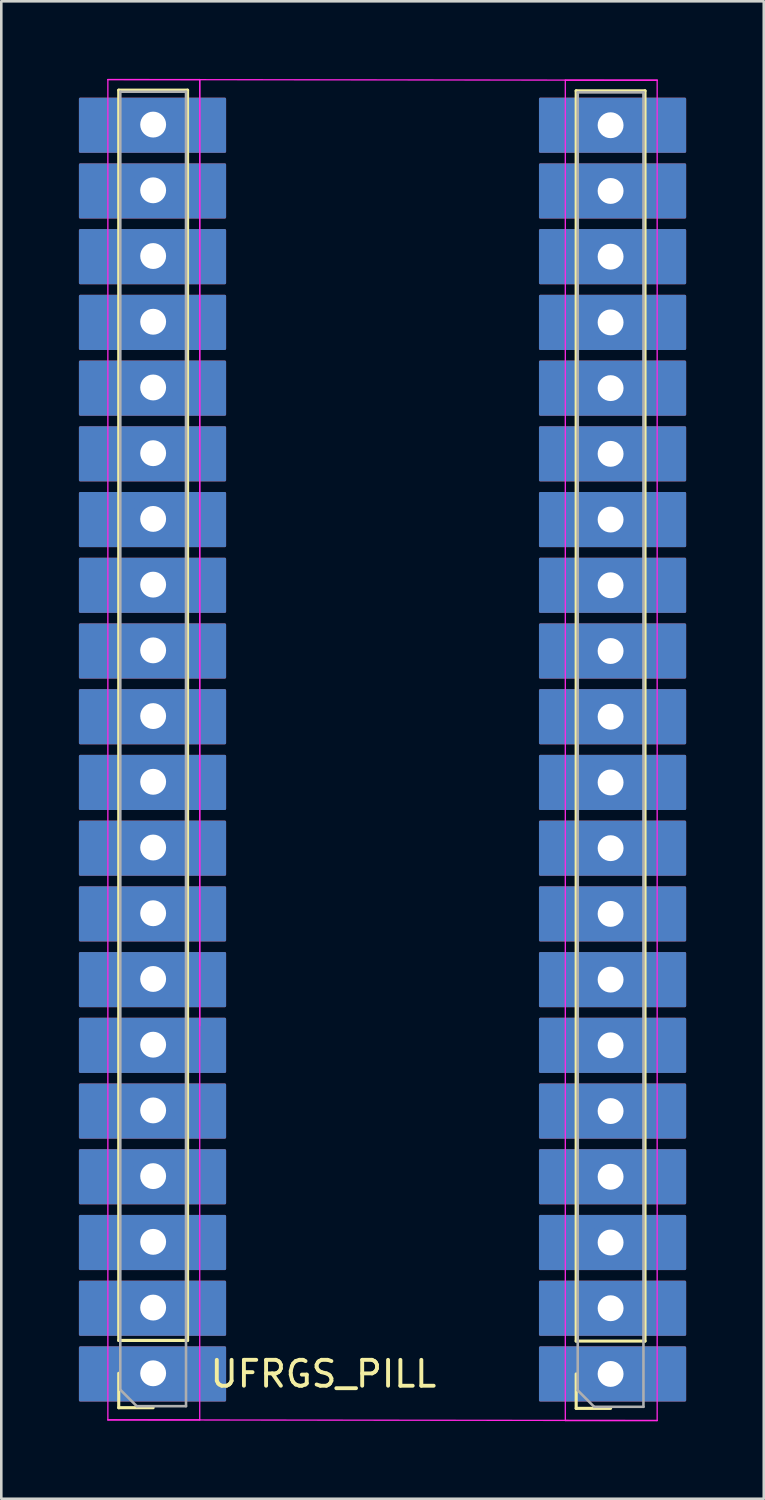
<source format=kicad_pcb>
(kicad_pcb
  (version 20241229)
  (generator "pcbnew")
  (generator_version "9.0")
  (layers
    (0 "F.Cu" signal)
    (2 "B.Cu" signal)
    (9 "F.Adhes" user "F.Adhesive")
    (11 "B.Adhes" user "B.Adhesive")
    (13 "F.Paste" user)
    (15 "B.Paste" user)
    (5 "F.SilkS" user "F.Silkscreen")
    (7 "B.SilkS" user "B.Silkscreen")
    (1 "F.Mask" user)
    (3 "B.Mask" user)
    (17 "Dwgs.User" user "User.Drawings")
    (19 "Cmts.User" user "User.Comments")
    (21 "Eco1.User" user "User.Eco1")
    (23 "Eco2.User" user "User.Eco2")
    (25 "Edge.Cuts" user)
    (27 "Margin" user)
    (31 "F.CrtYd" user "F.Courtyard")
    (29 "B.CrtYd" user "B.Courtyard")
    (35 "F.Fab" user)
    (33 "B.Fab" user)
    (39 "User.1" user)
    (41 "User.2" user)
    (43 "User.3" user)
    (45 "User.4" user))
  (footprint "UFRGS_PILL"
    (layer "F.Cu")
    (at 2.844 50.05)
    (property "Reference" "UFRGS_PILL" (at 6.604 0 0) (layer "F.SilkS") (effects (font (size 1 1) (thickness 0.15))))
    (attr through_hole)
    (fp_poly (pts (xy 2.794 -47.244) (xy -2.794 -47.244) (xy -2.794 -49.276) (xy 2.794 -49.276)) (stroke (width 0.1) (type solid)) (fill yes) (layer "F.Cu"))
    (fp_poly (pts (xy 2.794 -44.704) (xy -2.794 -44.704) (xy -2.794 -46.736) (xy 2.794 -46.736)) (stroke (width 0.1) (type solid)) (fill yes) (layer "F.Cu"))
    (fp_poly (pts (xy 2.794 -42.164) (xy -2.794 -42.164) (xy -2.794 -44.196) (xy 2.794 -44.196)) (stroke (width 0.1) (type solid)) (fill yes) (layer "F.Cu"))
    (fp_poly (pts (xy 2.794 -39.624) (xy -2.794 -39.624) (xy -2.794 -41.656) (xy 2.794 -41.656)) (stroke (width 0.1) (type solid)) (fill yes) (layer "F.Cu"))
    (fp_poly (pts (xy 2.794 -37.084) (xy -2.794 -37.084) (xy -2.794 -39.116) (xy 2.794 -39.116)) (stroke (width 0.1) (type solid)) (fill yes) (layer "F.Cu"))
    (fp_poly (pts (xy 2.794 -34.544) (xy -2.794 -34.544) (xy -2.794 -36.576) (xy 2.794 -36.576)) (stroke (width 0.1) (type solid)) (fill yes) (layer "F.Cu"))
    (fp_poly (pts (xy 2.794 -32.004) (xy -2.794 -32.004) (xy -2.794 -34.036) (xy 2.794 -34.036)) (stroke (width 0.1) (type solid)) (fill yes) (layer "F.Cu"))
    (fp_poly (pts (xy 2.794 -29.464) (xy -2.794 -29.464) (xy -2.794 -31.496) (xy 2.794 -31.496)) (stroke (width 0.1) (type solid)) (fill yes) (layer "F.Cu"))
    (fp_poly (pts (xy 2.794 -26.924) (xy -2.794 -26.924) (xy -2.794 -28.956) (xy 2.794 -28.956)) (stroke (width 0.1) (type solid)) (fill yes) (layer "F.Cu"))
    (fp_poly (pts (xy 2.794 -24.384) (xy -2.794 -24.384) (xy -2.794 -26.416) (xy 2.794 -26.416)) (stroke (width 0.1) (type solid)) (fill yes) (layer "F.Cu"))
    (fp_poly (pts (xy 2.794 -21.844) (xy -2.794 -21.844) (xy -2.794 -23.876) (xy 2.794 -23.876)) (stroke (width 0.1) (type solid)) (fill yes) (layer "F.Cu"))
    (fp_poly (pts (xy 2.794 -19.304) (xy -2.794 -19.304) (xy -2.794 -21.336) (xy 2.794 -21.336)) (stroke (width 0.1) (type solid)) (fill yes) (layer "F.Cu"))
    (fp_poly (pts (xy 2.794 -16.764) (xy -2.794 -16.764) (xy -2.794 -18.796) (xy 2.794 -18.796)) (stroke (width 0.1) (type solid)) (fill yes) (layer "F.Cu"))
    (fp_poly (pts (xy 2.794 -14.224) (xy -2.794 -14.224) (xy -2.794 -16.256) (xy 2.794 -16.256)) (stroke (width 0.1) (type solid)) (fill yes) (layer "F.Cu"))
    (fp_poly (pts (xy 2.794 -11.684) (xy -2.794 -11.684) (xy -2.794 -13.716) (xy 2.794 -13.716)) (stroke (width 0.1) (type solid)) (fill yes) (layer "F.Cu"))
    (fp_poly (pts (xy 2.794 -9.144) (xy -2.794 -9.144) (xy -2.794 -11.176) (xy 2.794 -11.176)) (stroke (width 0.1) (type solid)) (fill yes) (layer "F.Cu"))
    (fp_poly (pts (xy 2.794 -6.604) (xy -2.794 -6.604) (xy -2.794 -8.636) (xy 2.794 -8.636)) (stroke (width 0.1) (type solid)) (fill yes) (layer "F.Cu"))
    (fp_poly (pts (xy 2.794 -4.064) (xy -2.794 -4.064) (xy -2.794 -6.096) (xy 2.794 -6.096)) (stroke (width 0.1) (type solid)) (fill yes) (layer "F.Cu"))
    (fp_poly (pts (xy 2.794 -1.524) (xy -2.794 -1.524) (xy -2.794 -3.556) (xy 2.794 -3.556)) (stroke (width 0.1) (type solid)) (fill yes) (layer "F.Cu"))
    (fp_poly (pts (xy 2.794 1.016) (xy -2.794 1.016) (xy -2.794 -1.016) (xy 2.794 -1.016)) (stroke (width 0.1) (type solid)) (fill yes) (layer "F.Cu"))
    (fp_poly (pts (xy 20.574 -47.244) (xy 14.986 -47.244) (xy 14.986 -49.276) (xy 20.574 -49.276)) (stroke (width 0.1) (type solid)) (fill yes) (layer "F.Cu"))
    (fp_poly (pts (xy 20.574 -44.704) (xy 14.986 -44.704) (xy 14.986 -46.736) (xy 20.574 -46.736)) (stroke (width 0.1) (type solid)) (fill yes) (layer "F.Cu"))
    (fp_poly (pts (xy 20.574 -42.164) (xy 14.986 -42.164) (xy 14.986 -44.196) (xy 20.574 -44.196)) (stroke (width 0.1) (type solid)) (fill yes) (layer "F.Cu"))
    (fp_poly (pts (xy 20.574 -39.624) (xy 14.986 -39.624) (xy 14.986 -41.656) (xy 20.574 -41.656)) (stroke (width 0.1) (type solid)) (fill yes) (layer "F.Cu"))
    (fp_poly (pts (xy 20.574 -37.084) (xy 14.986 -37.084) (xy 14.986 -39.116) (xy 20.574 -39.116)) (stroke (width 0.1) (type solid)) (fill yes) (layer "F.Cu"))
    (fp_poly (pts (xy 20.574 -34.544) (xy 14.986 -34.544) (xy 14.986 -36.576) (xy 20.574 -36.576)) (stroke (width 0.1) (type solid)) (fill yes) (layer "F.Cu"))
    (fp_poly (pts (xy 20.574 -32.004) (xy 14.986 -32.004) (xy 14.986 -34.036) (xy 20.574 -34.036)) (stroke (width 0.1) (type solid)) (fill yes) (layer "F.Cu"))
    (fp_poly (pts (xy 20.574 -29.464) (xy 14.986 -29.464) (xy 14.986 -31.496) (xy 20.574 -31.496)) (stroke (width 0.1) (type solid)) (fill yes) (layer "F.Cu"))
    (fp_poly (pts (xy 20.574 -26.924) (xy 14.986 -26.924) (xy 14.986 -28.956) (xy 20.574 -28.956)) (stroke (width 0.1) (type solid)) (fill yes) (layer "F.Cu"))
    (fp_poly (pts (xy 20.574 -24.384) (xy 14.986 -24.384) (xy 14.986 -26.416) (xy 20.574 -26.416)) (stroke (width 0.1) (type solid)) (fill yes) (layer "F.Cu"))
    (fp_poly (pts (xy 20.574 -21.844) (xy 14.986 -21.844) (xy 14.986 -23.876) (xy 20.574 -23.876)) (stroke (width 0.1) (type solid)) (fill yes) (layer "F.Cu"))
    (fp_poly (pts (xy 20.574 -19.304) (xy 14.986 -19.304) (xy 14.986 -21.336) (xy 20.574 -21.336)) (stroke (width 0.1) (type solid)) (fill yes) (layer "F.Cu"))
    (fp_poly (pts (xy 20.574 -16.764) (xy 14.986 -16.764) (xy 14.986 -18.796) (xy 20.574 -18.796)) (stroke (width 0.1) (type solid)) (fill yes) (layer "F.Cu"))
    (fp_poly (pts (xy 20.574 -14.224) (xy 14.986 -14.224) (xy 14.986 -16.256) (xy 20.574 -16.256)) (stroke (width 0.1) (type solid)) (fill yes) (layer "F.Cu"))
    (fp_poly (pts (xy 20.574 -11.684) (xy 14.986 -11.684) (xy 14.986 -13.716) (xy 20.574 -13.716)) (stroke (width 0.1) (type solid)) (fill yes) (layer "F.Cu"))
    (fp_poly (pts (xy 20.574 -9.144) (xy 14.986 -9.144) (xy 14.986 -11.176) (xy 20.574 -11.176)) (stroke (width 0.1) (type solid)) (fill yes) (layer "F.Cu"))
    (fp_poly (pts (xy 20.574 -6.604) (xy 14.986 -6.604) (xy 14.986 -8.636) (xy 20.574 -8.636)) (stroke (width 0.1) (type solid)) (fill yes) (layer "F.Cu"))
    (fp_poly (pts (xy 20.574 -4.064) (xy 14.986 -4.064) (xy 14.986 -6.096) (xy 20.574 -6.096)) (stroke (width 0.1) (type solid)) (fill yes) (layer "F.Cu"))
    (fp_poly (pts (xy 20.574 -1.524) (xy 14.986 -1.524) (xy 14.986 -3.556) (xy 20.574 -3.556)) (stroke (width 0.1) (type solid)) (fill yes) (layer "F.Cu"))
    (fp_poly (pts (xy 20.574 1.016) (xy 14.986 1.016) (xy 14.986 -1.016) (xy 20.574 -1.016)) (stroke (width 0.1) (type solid)) (fill yes) (layer "F.Cu"))
    (fp_poly (pts (xy 2.794 -47.244) (xy -2.794 -47.244) (xy -2.794 -49.276) (xy 2.794 -49.276)) (stroke (width 0.1) (type solid)) (fill yes) (layer "B.Cu"))
    (fp_poly (pts (xy 2.794 -44.704) (xy -2.794 -44.704) (xy -2.794 -46.736) (xy 2.794 -46.736)) (stroke (width 0.1) (type solid)) (fill yes) (layer "B.Cu"))
    (fp_poly (pts (xy 2.794 -42.164) (xy -2.794 -42.164) (xy -2.794 -44.196) (xy 2.794 -44.196)) (stroke (width 0.1) (type solid)) (fill yes) (layer "B.Cu"))
    (fp_poly (pts (xy 2.794 -39.624) (xy -2.794 -39.624) (xy -2.794 -41.656) (xy 2.794 -41.656)) (stroke (width 0.1) (type solid)) (fill yes) (layer "B.Cu"))
    (fp_poly (pts (xy 2.794 -37.084) (xy -2.794 -37.084) (xy -2.794 -39.116) (xy 2.794 -39.116)) (stroke (width 0.1) (type solid)) (fill yes) (layer "B.Cu"))
    (fp_poly (pts (xy 2.794 -34.544) (xy -2.794 -34.544) (xy -2.794 -36.576) (xy 2.794 -36.576)) (stroke (width 0.1) (type solid)) (fill yes) (layer "B.Cu"))
    (fp_poly (pts (xy 2.794 -32.004) (xy -2.794 -32.004) (xy -2.794 -34.036) (xy 2.794 -34.036)) (stroke (width 0.1) (type solid)) (fill yes) (layer "B.Cu"))
    (fp_poly (pts (xy 2.794 -29.464) (xy -2.794 -29.464) (xy -2.794 -31.496) (xy 2.794 -31.496)) (stroke (width 0.1) (type solid)) (fill yes) (layer "B.Cu"))
    (fp_poly (pts (xy 2.794 -26.924) (xy -2.794 -26.924) (xy -2.794 -28.956) (xy 2.794 -28.956)) (stroke (width 0.1) (type solid)) (fill yes) (layer "B.Cu"))
    (fp_poly (pts (xy 2.794 -24.384) (xy -2.794 -24.384) (xy -2.794 -26.416) (xy 2.794 -26.416)) (stroke (width 0.1) (type solid)) (fill yes) (layer "B.Cu"))
    (fp_poly (pts (xy 2.794 -21.844) (xy -2.794 -21.844) (xy -2.794 -23.876) (xy 2.794 -23.876)) (stroke (width 0.1) (type solid)) (fill yes) (layer "B.Cu"))
    (fp_poly (pts (xy 2.794 -19.304) (xy -2.794 -19.304) (xy -2.794 -21.336) (xy 2.794 -21.336)) (stroke (width 0.1) (type solid)) (fill yes) (layer "B.Cu"))
    (fp_poly (pts (xy 2.794 -16.764) (xy -2.794 -16.764) (xy -2.794 -18.796) (xy 2.794 -18.796)) (stroke (width 0.1) (type solid)) (fill yes) (layer "B.Cu"))
    (fp_poly (pts (xy 2.794 -14.224) (xy -2.794 -14.224) (xy -2.794 -16.256) (xy 2.794 -16.256)) (stroke (width 0.1) (type solid)) (fill yes) (layer "B.Cu"))
    (fp_poly (pts (xy 2.794 -11.684) (xy -2.794 -11.684) (xy -2.794 -13.716) (xy 2.794 -13.716)) (stroke (width 0.1) (type solid)) (fill yes) (layer "B.Cu"))
    (fp_poly (pts (xy 2.794 -9.144) (xy -2.794 -9.144) (xy -2.794 -11.176) (xy 2.794 -11.176)) (stroke (width 0.1) (type solid)) (fill yes) (layer "B.Cu"))
    (fp_poly (pts (xy 2.794 -6.604) (xy -2.794 -6.604) (xy -2.794 -8.636) (xy 2.794 -8.636)) (stroke (width 0.1) (type solid)) (fill yes) (layer "B.Cu"))
    (fp_poly (pts (xy 2.794 -4.064) (xy -2.794 -4.064) (xy -2.794 -6.096) (xy 2.794 -6.096)) (stroke (width 0.1) (type solid)) (fill yes) (layer "B.Cu"))
    (fp_poly (pts (xy 2.794 -1.524) (xy -2.794 -1.524) (xy -2.794 -3.556) (xy 2.794 -3.556)) (stroke (width 0.1) (type solid)) (fill yes) (layer "B.Cu"))
    (fp_poly (pts (xy 2.794 1.016) (xy -2.794 1.016) (xy -2.794 -1.016) (xy 2.794 -1.016)) (stroke (width 0.1) (type solid)) (fill yes) (layer "B.Cu"))
    (fp_poly (pts (xy 20.574 -47.244) (xy 14.986 -47.244) (xy 14.986 -49.276) (xy 20.574 -49.276)) (stroke (width 0.1) (type solid)) (fill yes) (layer "B.Cu"))
    (fp_poly (pts (xy 20.574 -44.704) (xy 14.986 -44.704) (xy 14.986 -46.736) (xy 20.574 -46.736)) (stroke (width 0.1) (type solid)) (fill yes) (layer "B.Cu"))
    (fp_poly (pts (xy 20.574 -42.164) (xy 14.986 -42.164) (xy 14.986 -44.196) (xy 20.574 -44.196)) (stroke (width 0.1) (type solid)) (fill yes) (layer "B.Cu"))
    (fp_poly (pts (xy 20.574 -39.624) (xy 14.986 -39.624) (xy 14.986 -41.656) (xy 20.574 -41.656)) (stroke (width 0.1) (type solid)) (fill yes) (layer "B.Cu"))
    (fp_poly (pts (xy 20.574 -37.084) (xy 14.986 -37.084) (xy 14.986 -39.116) (xy 20.574 -39.116)) (stroke (width 0.1) (type solid)) (fill yes) (layer "B.Cu"))
    (fp_poly (pts (xy 20.574 -34.544) (xy 14.986 -34.544) (xy 14.986 -36.576) (xy 20.574 -36.576)) (stroke (width 0.1) (type solid)) (fill yes) (layer "B.Cu"))
    (fp_poly (pts (xy 20.574 -32.004) (xy 14.986 -32.004) (xy 14.986 -34.036) (xy 20.574 -34.036)) (stroke (width 0.1) (type solid)) (fill yes) (layer "B.Cu"))
    (fp_poly (pts (xy 20.574 -29.464) (xy 14.986 -29.464) (xy 14.986 -31.496) (xy 20.574 -31.496)) (stroke (width 0.1) (type solid)) (fill yes) (layer "B.Cu"))
    (fp_poly (pts (xy 20.574 -26.924) (xy 14.986 -26.924) (xy 14.986 -28.956) (xy 20.574 -28.956)) (stroke (width 0.1) (type solid)) (fill yes) (layer "B.Cu"))
    (fp_poly (pts (xy 20.574 -24.384) (xy 14.986 -24.384) (xy 14.986 -26.416) (xy 20.574 -26.416)) (stroke (width 0.1) (type solid)) (fill yes) (layer "B.Cu"))
    (fp_poly (pts (xy 20.574 -21.844) (xy 14.986 -21.844) (xy 14.986 -23.876) (xy 20.574 -23.876)) (stroke (width 0.1) (type solid)) (fill yes) (layer "B.Cu"))
    (fp_poly (pts (xy 20.574 -19.304) (xy 14.986 -19.304) (xy 14.986 -21.336) (xy 20.574 -21.336)) (stroke (width 0.1) (type solid)) (fill yes) (layer "B.Cu"))
    (fp_poly (pts (xy 20.574 -16.764) (xy 14.986 -16.764) (xy 14.986 -18.796) (xy 20.574 -18.796)) (stroke (width 0.1) (type solid)) (fill yes) (layer "B.Cu"))
    (fp_poly (pts (xy 20.574 -14.224) (xy 14.986 -14.224) (xy 14.986 -16.256) (xy 20.574 -16.256)) (stroke (width 0.1) (type solid)) (fill yes) (layer "B.Cu"))
    (fp_poly (pts (xy 20.574 -11.684) (xy 14.986 -11.684) (xy 14.986 -13.716) (xy 20.574 -13.716)) (stroke (width 0.1) (type solid)) (fill yes) (layer "B.Cu"))
    (fp_poly (pts (xy 20.574 -9.144) (xy 14.986 -9.144) (xy 14.986 -11.176) (xy 20.574 -11.176)) (stroke (width 0.1) (type solid)) (fill yes) (layer "B.Cu"))
    (fp_poly (pts (xy 20.574 -6.604) (xy 14.986 -6.604) (xy 14.986 -8.636) (xy 20.574 -8.636)) (stroke (width 0.1) (type solid)) (fill yes) (layer "B.Cu"))
    (fp_poly (pts (xy 20.574 -4.064) (xy 14.986 -4.064) (xy 14.986 -6.096) (xy 20.574 -6.096)) (stroke (width 0.1) (type solid)) (fill yes) (layer "B.Cu"))
    (fp_poly (pts (xy 20.574 -1.524) (xy 14.986 -1.524) (xy 14.986 -3.556) (xy 20.574 -3.556)) (stroke (width 0.1) (type solid)) (fill yes) (layer "B.Cu"))
    (fp_poly (pts (xy 20.574 1.016) (xy 14.986 1.016) (xy 14.986 -1.016) (xy 20.574 -1.016)) (stroke (width 0.1) (type solid)) (fill yes) (layer "B.Cu"))
    (fp_line (start -1.305 -1.295) (end -1.305 -49.615) (stroke (width 0.12) (type solid)) (layer "F.SilkS"))
    (fp_line (start -1.305 1.305) (end -1.305 -0.025) (stroke (width 0.12) (type solid)) (layer "F.SilkS"))
    (fp_line (start 0.025 1.305) (end -1.305 1.305) (stroke (width 0.12) (type solid)) (layer "F.SilkS"))
    (fp_line (start 1.355 -49.615) (end -1.305 -49.615) (stroke (width 0.12) (type solid)) (layer "F.SilkS"))
    (fp_line (start 1.355 -1.295) (end -1.305 -1.295) (stroke (width 0.12) (type solid)) (layer "F.SilkS"))
    (fp_line (start 1.355 -1.295) (end 1.355 -49.615) (stroke (width 0.12) (type solid)) (layer "F.SilkS"))
    (fp_line (start 16.374 -1.27) (end 16.374 -49.59) (stroke (width 0.12) (type solid)) (layer "F.SilkS"))
    (fp_line (start 16.374 1.33) (end 16.374 0) (stroke (width 0.12) (type solid)) (layer "F.SilkS"))
    (fp_line (start 17.704 1.33) (end 16.374 1.33) (stroke (width 0.12) (type solid)) (layer "F.SilkS"))
    (fp_line (start 19.034 -49.59) (end 16.374 -49.59) (stroke (width 0.12) (type solid)) (layer "F.SilkS"))
    (fp_line (start 19.034 -1.27) (end 16.374 -1.27) (stroke (width 0.12) (type solid)) (layer "F.SilkS"))
    (fp_line (start 19.034 -1.27) (end 19.034 -49.59) (stroke (width 0.12) (type solid)) (layer "F.SilkS"))
    (fp_line (start -1.725 -50.025) (end 1.825 -50.025) (stroke (width 0.05) (type solid)) (layer "F.CrtYd"))
    (fp_line (start -1.725 -50.025) (end 19.504 -50) (stroke (width 0.05) (type solid)) (layer "F.CrtYd"))
    (fp_line (start -1.725 1.775) (end -1.725 -50.025) (stroke (width 0.05) (type solid)) (layer "F.CrtYd"))
    (fp_line (start 1.825 -50.025) (end 1.825 -13.465) (stroke (width 0.05) (type solid)) (layer "F.CrtYd"))
    (fp_line (start 1.825 -50.025) (end 1.825 1.775) (stroke (width 0.05) (type solid)) (layer "F.CrtYd"))
    (fp_line (start 1.825 1.775) (end -1.725 1.775) (stroke (width 0.05) (type solid)) (layer "F.CrtYd"))
    (fp_line (start 15.954 -50) (end 19.504 -50) (stroke (width 0.05) (type solid)) (layer "F.CrtYd"))
    (fp_line (start 15.954 1.8) (end 15.954 -50) (stroke (width 0.05) (type solid)) (layer "F.CrtYd"))
    (fp_line (start 19.504 -50) (end 19.504 1.8) (stroke (width 0.05) (type solid)) (layer "F.CrtYd"))
    (fp_line (start 19.504 1.8) (end -1.725 1.775) (stroke (width 0.05) (type solid)) (layer "F.CrtYd"))
    (fp_line (start 19.504 1.8) (end 15.954 1.8) (stroke (width 0.05) (type solid)) (layer "F.CrtYd"))
    (fp_line (start -1.245 -49.555) (end 1.295 -49.555) (stroke (width 0.1) (type solid)) (layer "F.Fab"))
    (fp_line (start -1.245 0.61) (end -1.245 -49.555) (stroke (width 0.1) (type solid)) (layer "F.Fab"))
    (fp_line (start -0.61 1.245) (end -1.245 0.61) (stroke (width 0.1) (type solid)) (layer "F.Fab"))
    (fp_line (start 1.295 -49.555) (end 1.295 1.245) (stroke (width 0.1) (type solid)) (layer "F.Fab"))
    (fp_line (start 1.295 1.245) (end -0.61 1.245) (stroke (width 0.1) (type solid)) (layer "F.Fab"))
    (fp_line (start 16.434 -49.53) (end 18.974 -49.53) (stroke (width 0.1) (type solid)) (layer "F.Fab"))
    (fp_line (start 16.434 0.635) (end 16.434 -49.53) (stroke (width 0.1) (type solid)) (layer "F.Fab"))
    (fp_line (start 17.069 1.27) (end 16.434 0.635) (stroke (width 0.1) (type solid)) (layer "F.Fab"))
    (fp_line (start 18.974 -49.53) (end 18.974 1.27) (stroke (width 0.1) (type solid)) (layer "F.Fab"))
    (fp_line (start 18.974 1.27) (end 17.069 1.27) (stroke (width 0.1) (type solid)) (layer "F.Fab"))
    (pad "1" thru_hole rect (at 0.025 -48.285 180) (size 1.7 1.7) (drill 1) (layers "*.Cu" "*.Mask"))
    (pad "2" thru_hole oval (at 0.025 -45.745 180) (size 1.7 1.7) (drill 1) (layers "*.Cu" "*.Mask"))
    (pad "3" thru_hole oval (at 0.025 -43.205 180) (size 1.7 1.7) (drill 1) (layers "*.Cu" "*.Mask"))
    (pad "4" thru_hole oval (at 0.025 -40.665 180) (size 1.7 1.7) (drill 1) (layers "*.Cu" "*.Mask"))
    (pad "5" thru_hole oval (at 0.025 -38.125 180) (size 1.7 1.7) (drill 1) (layers "*.Cu" "*.Mask"))
    (pad "6" thru_hole oval (at 0.025 -35.585 180) (size 1.7 1.7) (drill 1) (layers "*.Cu" "*.Mask"))
    (pad "7" thru_hole oval (at 0.025 -33.045 180) (size 1.7 1.7) (drill 1) (layers "*.Cu" "*.Mask"))
    (pad "8" thru_hole oval (at 0.025 -30.505 180) (size 1.7 1.7) (drill 1) (layers "*.Cu" "*.Mask"))
    (pad "9" thru_hole oval (at 0.025 -27.965 180) (size 1.7 1.7) (drill 1) (layers "*.Cu" "*.Mask"))
    (pad "10" thru_hole oval (at 0.025 -25.425 180) (size 1.7 1.7) (drill 1) (layers "*.Cu" "*.Mask"))
    (pad "11" thru_hole oval (at 0.025 -22.885 180) (size 1.7 1.7) (drill 1) (layers "*.Cu" "*.Mask"))
    (pad "12" thru_hole oval (at 0.025 -20.345 180) (size 1.7 1.7) (drill 1) (layers "*.Cu" "*.Mask"))
    (pad "13" thru_hole oval (at 0.025 -17.805 180) (size 1.7 1.7) (drill 1) (layers "*.Cu" "*.Mask"))
    (pad "14" thru_hole oval (at 0.025 -15.265 180) (size 1.7 1.7) (drill 1) (layers "*.Cu" "*.Mask"))
    (pad "15" thru_hole oval (at 0.025 -12.725 180) (size 1.7 1.7) (drill 1) (layers "*.Cu" "*.Mask"))
    (pad "16" thru_hole oval (at 0.025 -10.185 180) (size 1.7 1.7) (drill 1) (layers "*.Cu" "*.Mask"))
    (pad "17" thru_hole oval (at 0.025 -7.645 180) (size 1.7 1.7) (drill 1) (layers "*.Cu" "*.Mask"))
    (pad "18" thru_hole oval (at 0.025 -5.105 180) (size 1.7 1.7) (drill 1) (layers "*.Cu" "*.Mask"))
    (pad "19" thru_hole oval (at 0.025 -2.565 180) (size 1.7 1.7) (drill 1) (layers "*.Cu" "*.Mask"))
    (pad "20" thru_hole circle (at 0.025 -0.025 180) (size 1.7 1.7) (drill 1) (layers "*.Cu" "*.Mask"))
    (pad "21" thru_hole circle (at 17.704 0 180) (size 1.7 1.7) (drill 1) (layers "*.Cu" "*.Mask"))
    (pad "22" thru_hole oval (at 17.704 -2.54 180) (size 1.7 1.7) (drill 1) (layers "*.Cu" "*.Mask"))
    (pad "23" thru_hole oval (at 17.704 -5.08 180) (size 1.7 1.7) (drill 1) (layers "*.Cu" "*.Mask"))
    (pad "24" thru_hole oval (at 17.704 -7.62 180) (size 1.7 1.7) (drill 1) (layers "*.Cu" "*.Mask"))
    (pad "25" thru_hole oval (at 17.704 -10.16 180) (size 1.7 1.7) (drill 1) (layers "*.Cu" "*.Mask"))
    (pad "26" thru_hole oval (at 17.704 -12.7 180) (size 1.7 1.7) (drill 1) (layers "*.Cu" "*.Mask"))
    (pad "27" thru_hole oval (at 17.704 -15.24 180) (size 1.7 1.7) (drill 1) (layers "*.Cu" "*.Mask"))
    (pad "28" thru_hole oval (at 17.704 -17.78 180) (size 1.7 1.7) (drill 1) (layers "*.Cu" "*.Mask"))
    (pad "29" thru_hole oval (at 17.704 -20.32 180) (size 1.7 1.7) (drill 1) (layers "*.Cu" "*.Mask"))
    (pad "30" thru_hole oval (at 17.704 -22.86 180) (size 1.7 1.7) (drill 1) (layers "*.Cu" "*.Mask"))
    (pad "31" thru_hole oval (at 17.704 -25.4 180) (size 1.7 1.7) (drill 1) (layers "*.Cu" "*.Mask"))
    (pad "32" thru_hole oval (at 17.704 -27.94 180) (size 1.7 1.7) (drill 1) (layers "*.Cu" "*.Mask"))
    (pad "33" thru_hole oval (at 17.704 -30.48 180) (size 1.7 1.7) (drill 1) (layers "*.Cu" "*.Mask"))
    (pad "34" thru_hole oval (at 17.704 -33.02 180) (size 1.7 1.7) (drill 1) (layers "*.Cu" "*.Mask"))
    (pad "35" thru_hole oval (at 17.704 -35.56 180) (size 1.7 1.7) (drill 1) (layers "*.Cu" "*.Mask"))
    (pad "36" thru_hole oval (at 17.704 -38.1 180) (size 1.7 1.7) (drill 1) (layers "*.Cu" "*.Mask"))
    (pad "37" thru_hole oval (at 17.704 -40.64 180) (size 1.7 1.7) (drill 1) (layers "*.Cu" "*.Mask"))
    (pad "38" thru_hole oval (at 17.704 -43.18 180) (size 1.7 1.7) (drill 1) (layers "*.Cu" "*.Mask"))
    (pad "39" thru_hole oval (at 17.704 -45.72 180) (size 1.7 1.7) (drill 1) (layers "*.Cu" "*.Mask"))
    (pad "40" thru_hole oval (at 17.704 -48.26 180) (size 1.7 1.7) (drill 1) (layers "*.Cu" "*.Mask")))
  (gr_rect
    (start -3 -3)
    (end 26.468 54.875)
    (stroke (width 0.1) (type default))
    (fill no)
    (layer "Edge.Cuts")))
</source>
